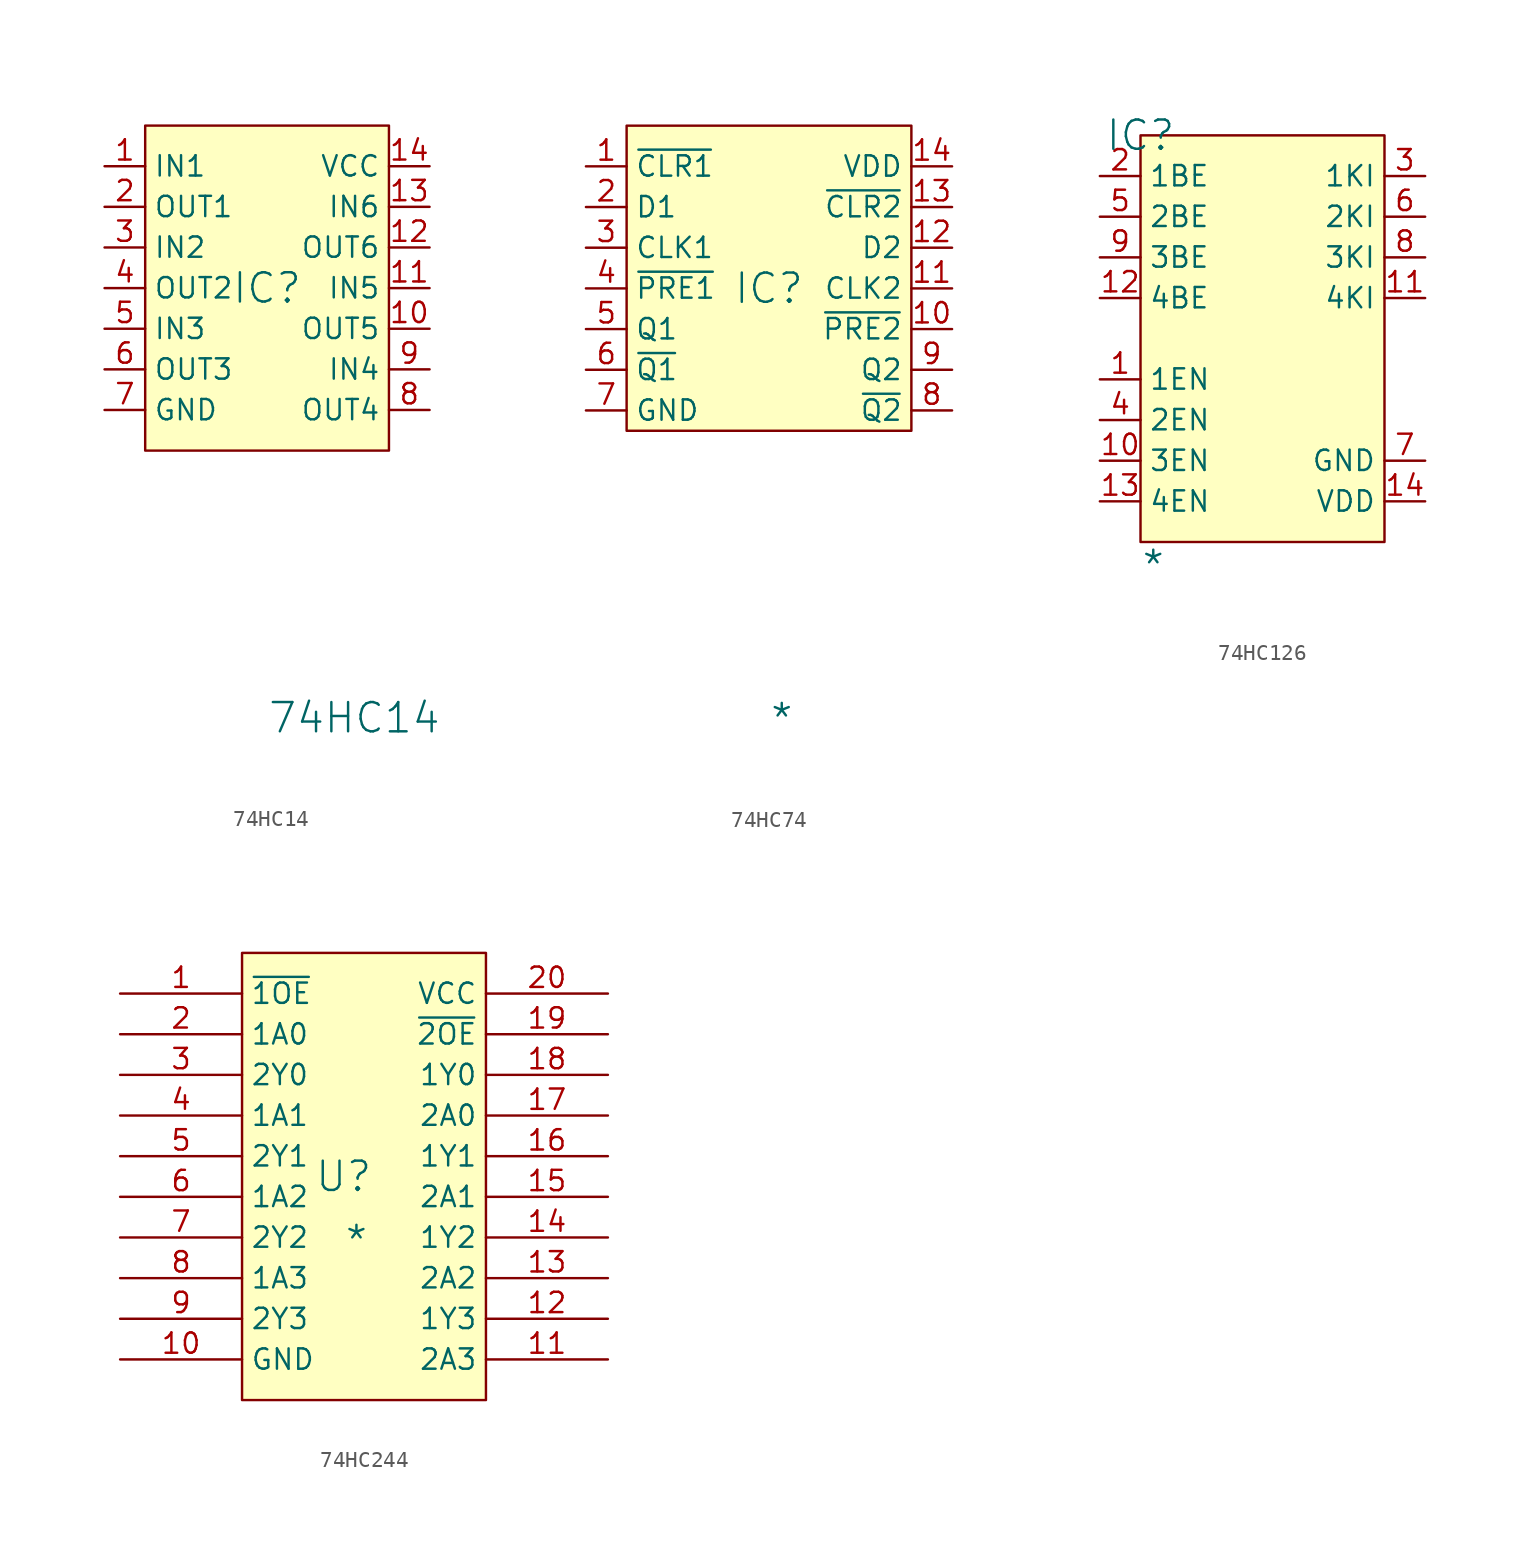
<source format=kicad_sym>
(kicad_symbol_lib
  (version 20241209)
  (generator "kicad_symbol_editor")
  (generator_version "9.0")
  (symbol "74HC14"
    (property "Reference" "IC"
      (at 0 0 0)
      (effects (font (size 1.829 1.829))))
    (property "Value" "74HC14"
      (at 0 -27.94 0)
      (effects (font (size 1.829 1.829)) (justify left bottom)))
    (symbol "74HC14_1_0"
      (rectangle (start 7.62 10.16) (end -7.62 -10.16) (stroke (width 0) (type solid) (color 128 0 0 1)) (fill (type background)))
      (pin passive line (at -10.16 7.62 0) (length 2.54) (name "IN1" (effects (font (size 1.27 1.27)))) (number "1" (effects (font (size 1.27 1.27)))))
      (pin passive line (at -10.16 5.08 0) (length 2.54) (name "OUT1" (effects (font (size 1.27 1.27)))) (number "2" (effects (font (size 1.27 1.27)))))
      (pin passive line (at -10.16 2.54 0) (length 2.54) (name "IN2" (effects (font (size 1.27 1.27)))) (number "3" (effects (font (size 1.27 1.27)))))
      (pin passive line (at -10.16 0 0) (length 2.54) (name "OUT2" (effects (font (size 1.27 1.27)))) (number "4" (effects (font (size 1.27 1.27)))))
      (pin passive line (at -10.16 -2.54 0) (length 2.54) (name "IN3" (effects (font (size 1.27 1.27)))) (number "5" (effects (font (size 1.27 1.27)))))
      (pin passive line (at -10.16 -5.08 0) (length 2.54) (name "OUT3" (effects (font (size 1.27 1.27)))) (number "6" (effects (font (size 1.27 1.27)))))
      (pin passive line (at -10.16 -7.62 0) (length 2.54) (name "GND" (effects (font (size 1.27 1.27)))) (number "7" (effects (font (size 1.27 1.27)))))
      (pin passive line (at 10.16 7.62 180) (length 2.54) (name "VCC" (effects (font (size 1.27 1.27)))) (number "14" (effects (font (size 1.27 1.27)))))
      (pin passive line (at 10.16 5.08 180) (length 2.54) (name "IN6" (effects (font (size 1.27 1.27)))) (number "13" (effects (font (size 1.27 1.27)))))
      (pin passive line (at 10.16 2.54 180) (length 2.54) (name "OUT6" (effects (font (size 1.27 1.27)))) (number "12" (effects (font (size 1.27 1.27)))))
      (pin passive line (at 10.16 0 180) (length 2.54) (name "IN5" (effects (font (size 1.27 1.27)))) (number "11" (effects (font (size 1.27 1.27)))))
      (pin passive line (at 10.16 -2.54 180) (length 2.54) (name "OUT5" (effects (font (size 1.27 1.27)))) (number "10" (effects (font (size 1.27 1.27)))))
      (pin passive line (at 10.16 -5.08 180) (length 2.54) (name "IN4" (effects (font (size 1.27 1.27)))) (number "9" (effects (font (size 1.27 1.27)))))
      (pin passive line (at 10.16 -7.62 180) (length 2.54) (name "OUT4" (effects (font (size 1.27 1.27)))) (number "8" (effects (font (size 1.27 1.27)))))))
  (symbol "74HC74"
    (property "Reference" "IC"
      (at 0 0 0)
      (effects (font (size 1.829 1.829))))
    (property "Value" "*"
      (at 0 -27.94 0)
      (effects (font (size 1.829 1.829)) (justify left bottom)))
    (symbol "74HC74_1_0"
      (rectangle (start 8.89 10.16) (end -8.89 -8.89) (stroke (width 0) (type solid) (color 128 0 0 1)) (fill (type background)))
      (pin passive line (at -11.43 7.62 0) (length 2.54) (name "~{CLR1}" (effects (font (size 1.27 1.27)))) (number "1" (effects (font (size 1.27 1.27)))))
      (pin passive line (at -11.43 5.08 0) (length 2.54) (name "D1" (effects (font (size 1.27 1.27)))) (number "2" (effects (font (size 1.27 1.27)))))
      (pin passive line (at -11.43 2.54 0) (length 2.54) (name "CLK1" (effects (font (size 1.27 1.27)))) (number "3" (effects (font (size 1.27 1.27)))))
      (pin passive line (at -11.43 0 0) (length 2.54) (name "~{PRE1}" (effects (font (size 1.27 1.27)))) (number "4" (effects (font (size 1.27 1.27)))))
      (pin passive line (at -11.43 -2.54 0) (length 2.54) (name "Q1" (effects (font (size 1.27 1.27)))) (number "5" (effects (font (size 1.27 1.27)))))
      (pin passive line (at -11.43 -5.08 0) (length 2.54) (name "~{Q1}" (effects (font (size 1.27 1.27)))) (number "6" (effects (font (size 1.27 1.27)))))
      (pin passive line (at -11.43 -7.62 0) (length 2.54) (name "GND" (effects (font (size 1.27 1.27)))) (number "7" (effects (font (size 1.27 1.27)))))
      (pin passive line (at 11.43 7.62 180) (length 2.54) (name "VDD" (effects (font (size 1.27 1.27)))) (number "14" (effects (font (size 1.27 1.27)))))
      (pin passive line (at 11.43 5.08 180) (length 2.54) (name "~{CLR2}" (effects (font (size 1.27 1.27)))) (number "13" (effects (font (size 1.27 1.27)))))
      (pin passive line (at 11.43 2.54 180) (length 2.54) (name "D2" (effects (font (size 1.27 1.27)))) (number "12" (effects (font (size 1.27 1.27)))))
      (pin passive line (at 11.43 0 180) (length 2.54) (name "CLK2" (effects (font (size 1.27 1.27)))) (number "11" (effects (font (size 1.27 1.27)))))
      (pin passive line (at 11.43 -2.54 180) (length 2.54) (name "~{PRE2}" (effects (font (size 1.27 1.27)))) (number "10" (effects (font (size 1.27 1.27)))))
      (pin passive line (at 11.43 -5.08 180) (length 2.54) (name "Q2" (effects (font (size 1.27 1.27)))) (number "9" (effects (font (size 1.27 1.27)))))
      (pin passive line (at 11.43 -7.62 180) (length 2.54) (name "~{Q2}" (effects (font (size 1.27 1.27)))) (number "8" (effects (font (size 1.27 1.27)))))))
  (symbol "74HC126"
    (property "Reference" "IC"
      (at 0 0 0)
      (effects (font (size 1.829 1.829))))
    (property "Value" "*"
      (at 0 -27.94 0)
      (effects (font (size 1.829 1.829)) (justify left bottom)))
    (symbol "74HC126_1_0"
      (rectangle (start 15.24 0) (end 0 -25.4) (stroke (width 0) (type solid) (color 128 0 0 1)) (fill (type background)))
      (pin passive line (at -2.54 -2.54 0) (length 2.54) (name "1BE" (effects (font (size 1.27 1.27)))) (number "2" (effects (font (size 1.27 1.27)))))
      (pin passive line (at -2.54 -5.08 0) (length 2.54) (name "2BE" (effects (font (size 1.27 1.27)))) (number "5" (effects (font (size 1.27 1.27)))))
      (pin passive line (at -2.54 -7.62 0) (length 2.54) (name "3BE" (effects (font (size 1.27 1.27)))) (number "9" (effects (font (size 1.27 1.27)))))
      (pin passive line (at -2.54 -10.16 0) (length 2.54) (name "4BE" (effects (font (size 1.27 1.27)))) (number "12" (effects (font (size 1.27 1.27)))))
      (pin passive line (at -2.54 -15.24 0) (length 2.54) (name "1EN" (effects (font (size 1.27 1.27)))) (number "1" (effects (font (size 1.27 1.27)))))
      (pin passive line (at -2.54 -17.78 0) (length 2.54) (name "2EN" (effects (font (size 1.27 1.27)))) (number "4" (effects (font (size 1.27 1.27)))))
      (pin passive line (at -2.54 -20.32 0) (length 2.54) (name "3EN" (effects (font (size 1.27 1.27)))) (number "10" (effects (font (size 1.27 1.27)))))
      (pin passive line (at -2.54 -22.86 0) (length 2.54) (name "4EN" (effects (font (size 1.27 1.27)))) (number "13" (effects (font (size 1.27 1.27)))))
      (pin passive line (at 17.78 -2.54 180) (length 2.54) (name "1KI" (effects (font (size 1.27 1.27)))) (number "3" (effects (font (size 1.27 1.27)))))
      (pin passive line (at 17.78 -5.08 180) (length 2.54) (name "2KI" (effects (font (size 1.27 1.27)))) (number "6" (effects (font (size 1.27 1.27)))))
      (pin passive line (at 17.78 -7.62 180) (length 2.54) (name "3KI" (effects (font (size 1.27 1.27)))) (number "8" (effects (font (size 1.27 1.27)))))
      (pin passive line (at 17.78 -10.16 180) (length 2.54) (name "4KI" (effects (font (size 1.27 1.27)))) (number "11" (effects (font (size 1.27 1.27)))))
      (pin passive line (at 17.78 -20.32 180) (length 2.54) (name "GND" (effects (font (size 1.27 1.27)))) (number "7" (effects (font (size 1.27 1.27)))))
      (pin passive line (at 17.78 -22.86 180) (length 2.54) (name "VDD" (effects (font (size 1.27 1.27)))) (number "14" (effects (font (size 1.27 1.27)))))))
  (symbol "74HC244"
    (property "Reference" "U"
      (at -1.27 1.27 0)
      (effects (font (size 1.829 1.829))))
    (property "Value" "*"
      (at -1.27 -3.81 0)
      (effects (font (size 1.829 1.829)) (justify left bottom)))
    (symbol "74HC244_1_0"
      (polyline (pts (xy 7.62 15.24) (xy -7.62 15.24) (xy -7.62 -12.7) (xy 7.62 -12.7) (xy 7.62 15.24)) (stroke (width 0) (type solid)) (fill (type none)))
      (rectangle (start 7.62 15.24) (end -7.62 -12.7) (stroke (width 0.025) (type solid) (color 128 0 0 1)) (fill (type background)))
      (pin passive line (at -15.24 12.7 0) (length 7.62) (name "~{1OE}" (effects (font (size 1.27 1.27)))) (number "1" (effects (font (size 1.27 1.27)))))
      (pin passive line (at -15.24 10.16 0) (length 7.62) (name "1A0" (effects (font (size 1.27 1.27)))) (number "2" (effects (font (size 1.27 1.27)))))
      (pin passive line (at -15.24 7.62 0) (length 7.62) (name "2Y0" (effects (font (size 1.27 1.27)))) (number "3" (effects (font (size 1.27 1.27)))))
      (pin passive line (at -15.24 5.08 0) (length 7.62) (name "1A1" (effects (font (size 1.27 1.27)))) (number "4" (effects (font (size 1.27 1.27)))))
      (pin passive line (at -15.24 2.54 0) (length 7.62) (name "2Y1" (effects (font (size 1.27 1.27)))) (number "5" (effects (font (size 1.27 1.27)))))
      (pin passive line (at -15.24 0 0) (length 7.62) (name "1A2" (effects (font (size 1.27 1.27)))) (number "6" (effects (font (size 1.27 1.27)))))
      (pin passive line (at -15.24 -2.54 0) (length 7.62) (name "2Y2" (effects (font (size 1.27 1.27)))) (number "7" (effects (font (size 1.27 1.27)))))
      (pin passive line (at -15.24 -5.08 0) (length 7.62) (name "1A3" (effects (font (size 1.27 1.27)))) (number "8" (effects (font (size 1.27 1.27)))))
      (pin passive line (at -15.24 -7.62 0) (length 7.62) (name "2Y3" (effects (font (size 1.27 1.27)))) (number "9" (effects (font (size 1.27 1.27)))))
      (pin passive line (at -15.24 -10.16 0) (length 7.62) (name "GND" (effects (font (size 1.27 1.27)))) (number "10" (effects (font (size 1.27 1.27)))))
      (pin passive line (at 15.24 12.7 180) (length 7.62) (name "VCC" (effects (font (size 1.27 1.27)))) (number "20" (effects (font (size 1.27 1.27)))))
      (pin passive line (at 15.24 10.16 180) (length 7.62) (name "~{2OE}" (effects (font (size 1.27 1.27)))) (number "19" (effects (font (size 1.27 1.27)))))
      (pin passive line (at 15.24 7.62 180) (length 7.62) (name "1Y0" (effects (font (size 1.27 1.27)))) (number "18" (effects (font (size 1.27 1.27)))))
      (pin passive line (at 15.24 5.08 180) (length 7.62) (name "2A0" (effects (font (size 1.27 1.27)))) (number "17" (effects (font (size 1.27 1.27)))))
      (pin passive line (at 15.24 2.54 180) (length 7.62) (name "1Y1" (effects (font (size 1.27 1.27)))) (number "16" (effects (font (size 1.27 1.27)))))
      (pin passive line (at 15.24 0 180) (length 7.62) (name "2A1" (effects (font (size 1.27 1.27)))) (number "15" (effects (font (size 1.27 1.27)))))
      (pin passive line (at 15.24 -2.54 180) (length 7.62) (name "1Y2" (effects (font (size 1.27 1.27)))) (number "14" (effects (font (size 1.27 1.27)))))
      (pin passive line (at 15.24 -5.08 180) (length 7.62) (name "2A2" (effects (font (size 1.27 1.27)))) (number "13" (effects (font (size 1.27 1.27)))))
      (pin passive line (at 15.24 -7.62 180) (length 7.62) (name "1Y3" (effects (font (size 1.27 1.27)))) (number "12" (effects (font (size 1.27 1.27)))))
      (pin passive line (at 15.24 -10.16 180) (length 7.62) (name "2A3" (effects (font (size 1.27 1.27)))) (number "11" (effects (font (size 1.27 1.27))))))))
</source>
